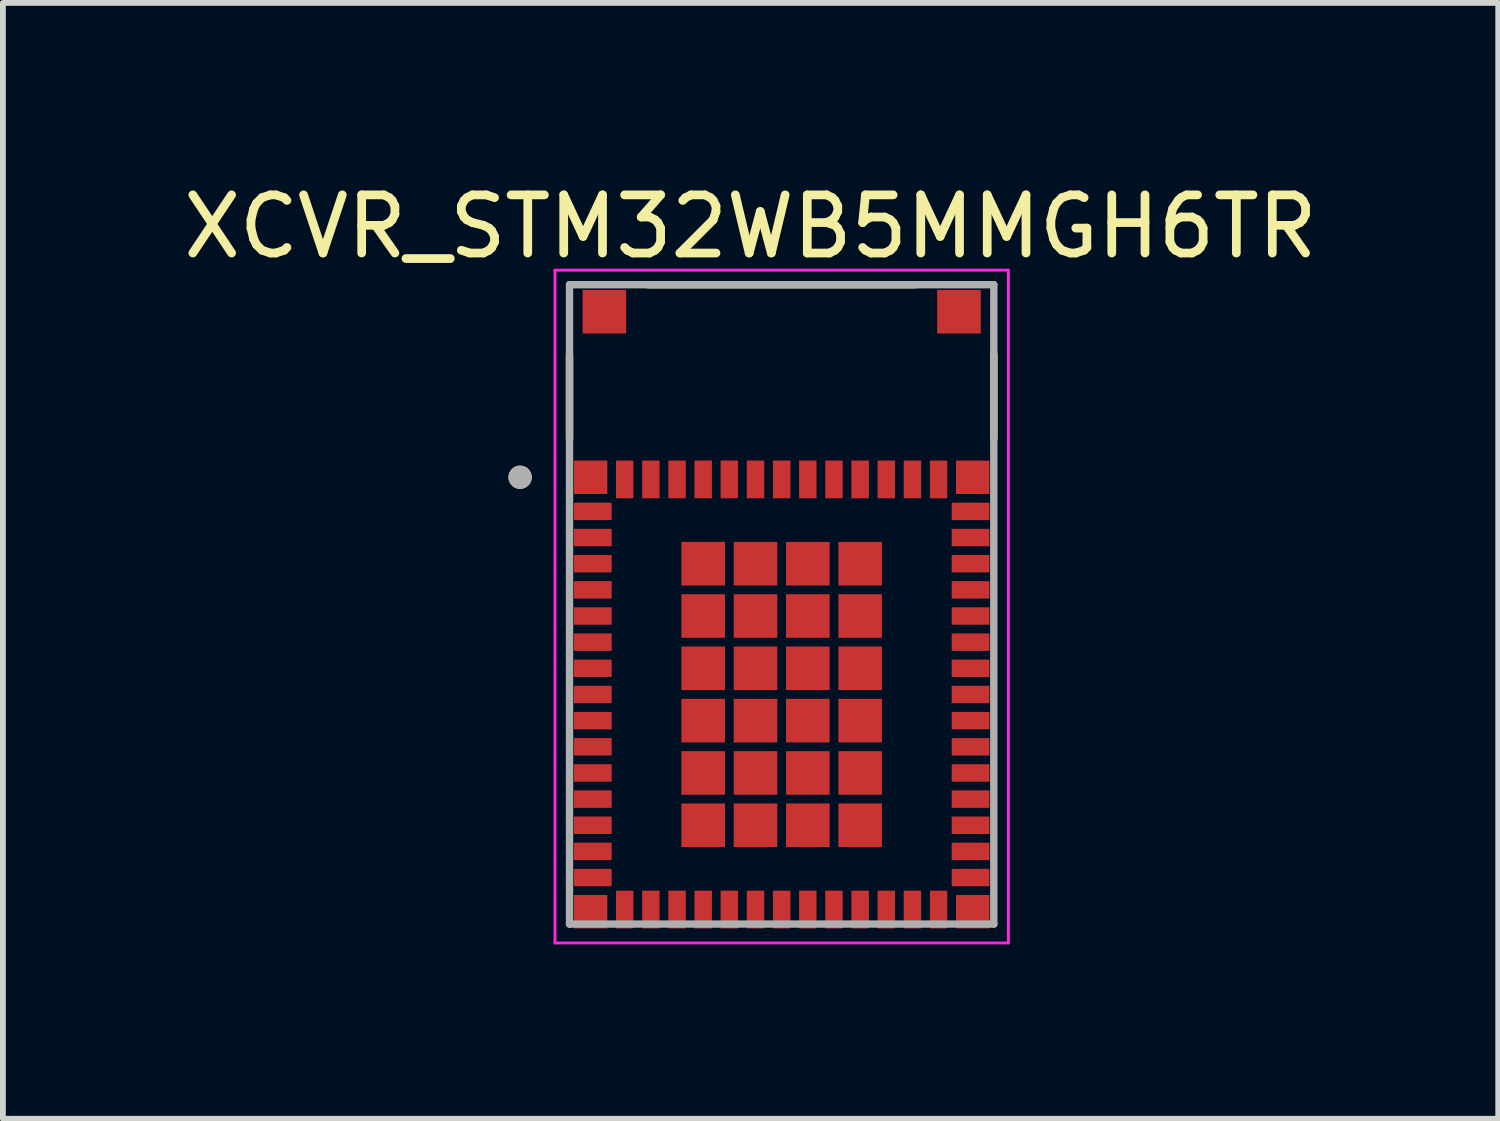
<source format=kicad_pcb>
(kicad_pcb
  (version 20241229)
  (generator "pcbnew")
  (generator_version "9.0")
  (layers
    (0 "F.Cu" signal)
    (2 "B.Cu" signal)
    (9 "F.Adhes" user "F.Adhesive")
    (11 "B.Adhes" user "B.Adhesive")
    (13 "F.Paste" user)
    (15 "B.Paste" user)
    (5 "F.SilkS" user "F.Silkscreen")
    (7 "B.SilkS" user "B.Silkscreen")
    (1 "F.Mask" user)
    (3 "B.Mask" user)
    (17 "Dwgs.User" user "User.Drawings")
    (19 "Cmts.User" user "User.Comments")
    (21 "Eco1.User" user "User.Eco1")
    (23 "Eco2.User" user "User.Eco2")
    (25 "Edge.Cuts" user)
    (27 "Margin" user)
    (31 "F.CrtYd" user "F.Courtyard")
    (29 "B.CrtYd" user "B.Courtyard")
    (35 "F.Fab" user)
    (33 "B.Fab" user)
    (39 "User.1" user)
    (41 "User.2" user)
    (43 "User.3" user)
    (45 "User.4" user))
  (footprint "XCVR_STM32WB5MMGH6TR"
    (layer "F.Cu")
    (at 10.398 7.348)
    (property "Reference" "XCVR_STM32WB5MMGH6TR" (at -0.535 -6.5 0) (layer "F.SilkS") (effects (font (size 1 1) (thickness 0.15))))
    (attr through_hole)
    (fp_poly (pts (xy -3.625 -1.35) (xy -2.875 -1.35) (xy -2.875 -0.95) (xy -3.625 -0.95)) (stroke (width 0.01) (type solid)) (fill yes) (layer "F.Mask"))
    (fp_poly (pts (xy -3.625 -0.9) (xy -2.875 -0.9) (xy -2.875 -0.5) (xy -3.625 -0.5)) (stroke (width 0.01) (type solid)) (fill yes) (layer "F.Mask"))
    (fp_poly (pts (xy -3.625 -0.45) (xy -2.875 -0.45) (xy -2.875 -0.05) (xy -3.625 -0.05)) (stroke (width 0.01) (type solid)) (fill yes) (layer "F.Mask"))
    (fp_poly (pts (xy -3.625 0) (xy -2.875 0) (xy -2.875 0.4) (xy -3.625 0.4)) (stroke (width 0.01) (type solid)) (fill yes) (layer "F.Mask"))
    (fp_poly (pts (xy -3.625 0.45) (xy -2.875 0.45) (xy -2.875 0.85) (xy -3.625 0.85)) (stroke (width 0.01) (type solid)) (fill yes) (layer "F.Mask"))
    (fp_poly (pts (xy -3.625 0.9) (xy -2.875 0.9) (xy -2.875 1.3) (xy -3.625 1.3)) (stroke (width 0.01) (type solid)) (fill yes) (layer "F.Mask"))
    (fp_poly (pts (xy -3.625 1.35) (xy -2.875 1.35) (xy -2.875 1.75) (xy -3.625 1.75)) (stroke (width 0.01) (type solid)) (fill yes) (layer "F.Mask"))
    (fp_poly (pts (xy -3.625 1.8) (xy -2.875 1.8) (xy -2.875 2.2) (xy -3.625 2.2)) (stroke (width 0.01) (type solid)) (fill yes) (layer "F.Mask"))
    (fp_poly (pts (xy -3.625 2.25) (xy -2.875 2.25) (xy -2.875 2.65) (xy -3.625 2.65)) (stroke (width 0.01) (type solid)) (fill yes) (layer "F.Mask"))
    (fp_poly (pts (xy -3.625 2.7) (xy -2.875 2.7) (xy -2.875 3.1) (xy -3.625 3.1)) (stroke (width 0.01) (type solid)) (fill yes) (layer "F.Mask"))
    (fp_poly (pts (xy -3.625 3.15) (xy -2.875 3.15) (xy -2.875 3.55) (xy -3.625 3.55)) (stroke (width 0.01) (type solid)) (fill yes) (layer "F.Mask"))
    (fp_poly (pts (xy -3.625 3.6) (xy -2.875 3.6) (xy -2.875 4) (xy -3.625 4)) (stroke (width 0.01) (type solid)) (fill yes) (layer "F.Mask"))
    (fp_poly (pts (xy -3.625 4.05) (xy -2.875 4.05) (xy -2.875 4.45) (xy -3.625 4.45)) (stroke (width 0.01) (type solid)) (fill yes) (layer "F.Mask"))
    (fp_poly (pts (xy -3.624 -2.525) (xy -2.95 -2.525) (xy -2.95 -1.849) (xy -3.624 -1.849)) (stroke (width 0.01) (type solid)) (fill yes) (layer "F.Mask"))
    (fp_poly (pts (xy -3.624 4.949) (xy -2.95 4.949) (xy -2.95 5.625) (xy -3.624 5.625)) (stroke (width 0.01) (type solid)) (fill yes) (layer "F.Mask"))
    (fp_poly (pts (xy -2.45 -2.525) (xy -2.05 -2.525) (xy -2.05 -1.775) (xy -2.45 -1.775)) (stroke (width 0.01) (type solid)) (fill yes) (layer "F.Mask"))
    (fp_poly (pts (xy -2.45 4.875) (xy -2.05 4.875) (xy -2.05 5.625) (xy -2.45 5.625)) (stroke (width 0.01) (type solid)) (fill yes) (layer "F.Mask"))
    (fp_poly (pts (xy -2 -2.525) (xy -1.6 -2.525) (xy -1.6 -1.775) (xy -2 -1.775)) (stroke (width 0.01) (type solid)) (fill yes) (layer "F.Mask"))
    (fp_poly (pts (xy -2 4.875) (xy -1.6 4.875) (xy -1.6 5.625) (xy -2 5.625)) (stroke (width 0.01) (type solid)) (fill yes) (layer "F.Mask"))
    (fp_poly (pts (xy -1.775 -1.125) (xy -0.925 -1.125) (xy -0.925 -0.275) (xy -1.775 -0.275)) (stroke (width 0.01) (type solid)) (fill yes) (layer "F.Mask"))
    (fp_poly (pts (xy -1.775 -0.225) (xy -0.925 -0.225) (xy -0.925 0.625) (xy -1.775 0.625)) (stroke (width 0.01) (type solid)) (fill yes) (layer "F.Mask"))
    (fp_poly (pts (xy -1.775 0.675) (xy -0.925 0.675) (xy -0.925 1.525) (xy -1.775 1.525)) (stroke (width 0.01) (type solid)) (fill yes) (layer "F.Mask"))
    (fp_poly (pts (xy -1.775 1.575) (xy -0.925 1.575) (xy -0.925 2.425) (xy -1.775 2.425)) (stroke (width 0.01) (type solid)) (fill yes) (layer "F.Mask"))
    (fp_poly (pts (xy -1.775 2.475) (xy -0.925 2.475) (xy -0.925 3.325) (xy -1.775 3.325)) (stroke (width 0.01) (type solid)) (fill yes) (layer "F.Mask"))
    (fp_poly (pts (xy -1.775 3.375) (xy -0.925 3.375) (xy -0.925 4.225) (xy -1.775 4.225)) (stroke (width 0.01) (type solid)) (fill yes) (layer "F.Mask"))
    (fp_poly (pts (xy -1.55 -2.525) (xy -1.15 -2.525) (xy -1.15 -1.775) (xy -1.55 -1.775)) (stroke (width 0.01) (type solid)) (fill yes) (layer "F.Mask"))
    (fp_poly (pts (xy -1.55 4.875) (xy -1.15 4.875) (xy -1.15 5.625) (xy -1.55 5.625)) (stroke (width 0.01) (type solid)) (fill yes) (layer "F.Mask"))
    (fp_poly (pts (xy -1.1 -2.525) (xy -0.7 -2.525) (xy -0.7 -1.775) (xy -1.1 -1.775)) (stroke (width 0.01) (type solid)) (fill yes) (layer "F.Mask"))
    (fp_poly (pts (xy -1.1 4.875) (xy -0.7 4.875) (xy -0.7 5.625) (xy -1.1 5.625)) (stroke (width 0.01) (type solid)) (fill yes) (layer "F.Mask"))
    (fp_poly (pts (xy -0.875 -1.125) (xy -0.025 -1.125) (xy -0.025 -0.275) (xy -0.875 -0.275)) (stroke (width 0.01) (type solid)) (fill yes) (layer "F.Mask"))
    (fp_poly (pts (xy -0.875 -0.225) (xy -0.025 -0.225) (xy -0.025 0.625) (xy -0.875 0.625)) (stroke (width 0.01) (type solid)) (fill yes) (layer "F.Mask"))
    (fp_poly (pts (xy -0.875 0.675) (xy -0.025 0.675) (xy -0.025 1.525) (xy -0.875 1.525)) (stroke (width 0.01) (type solid)) (fill yes) (layer "F.Mask"))
    (fp_poly (pts (xy -0.875 1.575) (xy -0.025 1.575) (xy -0.025 2.425) (xy -0.875 2.425)) (stroke (width 0.01) (type solid)) (fill yes) (layer "F.Mask"))
    (fp_poly (pts (xy -0.875 2.475) (xy -0.025 2.475) (xy -0.025 3.325) (xy -0.875 3.325)) (stroke (width 0.01) (type solid)) (fill yes) (layer "F.Mask"))
    (fp_poly (pts (xy -0.875 3.375) (xy -0.025 3.375) (xy -0.025 4.225) (xy -0.875 4.225)) (stroke (width 0.01) (type solid)) (fill yes) (layer "F.Mask"))
    (fp_poly (pts (xy -0.65 -2.525) (xy -0.25 -2.525) (xy -0.25 -1.775) (xy -0.65 -1.775)) (stroke (width 0.01) (type solid)) (fill yes) (layer "F.Mask"))
    (fp_poly (pts (xy -0.65 4.875) (xy -0.25 4.875) (xy -0.25 5.625) (xy -0.65 5.625)) (stroke (width 0.01) (type solid)) (fill yes) (layer "F.Mask"))
    (fp_poly (pts (xy -0.2 -2.525) (xy 0.2 -2.525) (xy 0.2 -1.775) (xy -0.2 -1.775)) (stroke (width 0.01) (type solid)) (fill yes) (layer "F.Mask"))
    (fp_poly (pts (xy -0.2 4.875) (xy 0.2 4.875) (xy 0.2 5.625) (xy -0.2 5.625)) (stroke (width 0.01) (type solid)) (fill yes) (layer "F.Mask"))
    (fp_poly (pts (xy 0.025 -1.125) (xy 0.875 -1.125) (xy 0.875 -0.275) (xy 0.025 -0.275)) (stroke (width 0.01) (type solid)) (fill yes) (layer "F.Mask"))
    (fp_poly (pts (xy 0.025 -0.225) (xy 0.875 -0.225) (xy 0.875 0.625) (xy 0.025 0.625)) (stroke (width 0.01) (type solid)) (fill yes) (layer "F.Mask"))
    (fp_poly (pts (xy 0.025 0.675) (xy 0.875 0.675) (xy 0.875 1.525) (xy 0.025 1.525)) (stroke (width 0.01) (type solid)) (fill yes) (layer "F.Mask"))
    (fp_poly (pts (xy 0.025 1.575) (xy 0.875 1.575) (xy 0.875 2.425) (xy 0.025 2.425)) (stroke (width 0.01) (type solid)) (fill yes) (layer "F.Mask"))
    (fp_poly (pts (xy 0.025 2.475) (xy 0.875 2.475) (xy 0.875 3.325) (xy 0.025 3.325)) (stroke (width 0.01) (type solid)) (fill yes) (layer "F.Mask"))
    (fp_poly (pts (xy 0.025 3.375) (xy 0.875 3.375) (xy 0.875 4.225) (xy 0.025 4.225)) (stroke (width 0.01) (type solid)) (fill yes) (layer "F.Mask"))
    (fp_poly (pts (xy 0.25 -2.525) (xy 0.65 -2.525) (xy 0.65 -1.775) (xy 0.25 -1.775)) (stroke (width 0.01) (type solid)) (fill yes) (layer "F.Mask"))
    (fp_poly (pts (xy 0.25 4.875) (xy 0.65 4.875) (xy 0.65 5.625) (xy 0.25 5.625)) (stroke (width 0.01) (type solid)) (fill yes) (layer "F.Mask"))
    (fp_poly (pts (xy 0.7 -2.525) (xy 1.1 -2.525) (xy 1.1 -1.775) (xy 0.7 -1.775)) (stroke (width 0.01) (type solid)) (fill yes) (layer "F.Mask"))
    (fp_poly (pts (xy 0.7 4.875) (xy 1.1 4.875) (xy 1.1 5.625) (xy 0.7 5.625)) (stroke (width 0.01) (type solid)) (fill yes) (layer "F.Mask"))
    (fp_poly (pts (xy 0.925 -1.125) (xy 1.775 -1.125) (xy 1.775 -0.275) (xy 0.925 -0.275)) (stroke (width 0.01) (type solid)) (fill yes) (layer "F.Mask"))
    (fp_poly (pts (xy 0.925 -0.225) (xy 1.775 -0.225) (xy 1.775 0.625) (xy 0.925 0.625)) (stroke (width 0.01) (type solid)) (fill yes) (layer "F.Mask"))
    (fp_poly (pts (xy 0.925 0.675) (xy 1.775 0.675) (xy 1.775 1.525) (xy 0.925 1.525)) (stroke (width 0.01) (type solid)) (fill yes) (layer "F.Mask"))
    (fp_poly (pts (xy 0.925 1.575) (xy 1.775 1.575) (xy 1.775 2.425) (xy 0.925 2.425)) (stroke (width 0.01) (type solid)) (fill yes) (layer "F.Mask"))
    (fp_poly (pts (xy 0.925 2.475) (xy 1.775 2.475) (xy 1.775 3.325) (xy 0.925 3.325)) (stroke (width 0.01) (type solid)) (fill yes) (layer "F.Mask"))
    (fp_poly (pts (xy 0.925 3.375) (xy 1.775 3.375) (xy 1.775 4.225) (xy 0.925 4.225)) (stroke (width 0.01) (type solid)) (fill yes) (layer "F.Mask"))
    (fp_poly (pts (xy 1.15 -2.525) (xy 1.55 -2.525) (xy 1.55 -1.775) (xy 1.15 -1.775)) (stroke (width 0.01) (type solid)) (fill yes) (layer "F.Mask"))
    (fp_poly (pts (xy 1.15 4.875) (xy 1.55 4.875) (xy 1.55 5.625) (xy 1.15 5.625)) (stroke (width 0.01) (type solid)) (fill yes) (layer "F.Mask"))
    (fp_poly (pts (xy 1.6 -2.525) (xy 2 -2.525) (xy 2 -1.775) (xy 1.6 -1.775)) (stroke (width 0.01) (type solid)) (fill yes) (layer "F.Mask"))
    (fp_poly (pts (xy 1.6 4.875) (xy 2 4.875) (xy 2 5.625) (xy 1.6 5.625)) (stroke (width 0.01) (type solid)) (fill yes) (layer "F.Mask"))
    (fp_poly (pts (xy 2.05 -2.525) (xy 2.45 -2.525) (xy 2.45 -1.775) (xy 2.05 -1.775)) (stroke (width 0.01) (type solid)) (fill yes) (layer "F.Mask"))
    (fp_poly (pts (xy 2.05 4.875) (xy 2.45 4.875) (xy 2.45 5.625) (xy 2.05 5.625)) (stroke (width 0.01) (type solid)) (fill yes) (layer "F.Mask"))
    (fp_poly (pts (xy 2.875 -1.35) (xy 3.625 -1.35) (xy 3.625 -0.95) (xy 2.875 -0.95)) (stroke (width 0.01) (type solid)) (fill yes) (layer "F.Mask"))
    (fp_poly (pts (xy 2.875 -0.9) (xy 3.625 -0.9) (xy 3.625 -0.5) (xy 2.875 -0.5)) (stroke (width 0.01) (type solid)) (fill yes) (layer "F.Mask"))
    (fp_poly (pts (xy 2.875 -0.45) (xy 3.625 -0.45) (xy 3.625 -0.05) (xy 2.875 -0.05)) (stroke (width 0.01) (type solid)) (fill yes) (layer "F.Mask"))
    (fp_poly (pts (xy 2.875 0) (xy 3.625 0) (xy 3.625 0.4) (xy 2.875 0.4)) (stroke (width 0.01) (type solid)) (fill yes) (layer "F.Mask"))
    (fp_poly (pts (xy 2.875 0.45) (xy 3.625 0.45) (xy 3.625 0.85) (xy 2.875 0.85)) (stroke (width 0.01) (type solid)) (fill yes) (layer "F.Mask"))
    (fp_poly (pts (xy 2.875 0.9) (xy 3.625 0.9) (xy 3.625 1.3) (xy 2.875 1.3)) (stroke (width 0.01) (type solid)) (fill yes) (layer "F.Mask"))
    (fp_poly (pts (xy 2.875 1.35) (xy 3.625 1.35) (xy 3.625 1.75) (xy 2.875 1.75)) (stroke (width 0.01) (type solid)) (fill yes) (layer "F.Mask"))
    (fp_poly (pts (xy 2.875 1.8) (xy 3.625 1.8) (xy 3.625 2.2) (xy 2.875 2.2)) (stroke (width 0.01) (type solid)) (fill yes) (layer "F.Mask"))
    (fp_poly (pts (xy 2.875 2.25) (xy 3.625 2.25) (xy 3.625 2.65) (xy 2.875 2.65)) (stroke (width 0.01) (type solid)) (fill yes) (layer "F.Mask"))
    (fp_poly (pts (xy 2.875 2.7) (xy 3.625 2.7) (xy 3.625 3.1) (xy 2.875 3.1)) (stroke (width 0.01) (type solid)) (fill yes) (layer "F.Mask"))
    (fp_poly (pts (xy 2.875 3.15) (xy 3.625 3.15) (xy 3.625 3.55) (xy 2.875 3.55)) (stroke (width 0.01) (type solid)) (fill yes) (layer "F.Mask"))
    (fp_poly (pts (xy 2.875 3.6) (xy 3.625 3.6) (xy 3.625 4) (xy 2.875 4)) (stroke (width 0.01) (type solid)) (fill yes) (layer "F.Mask"))
    (fp_poly (pts (xy 2.875 4.05) (xy 3.625 4.05) (xy 3.625 4.45) (xy 2.875 4.45)) (stroke (width 0.01) (type solid)) (fill yes) (layer "F.Mask"))
    (fp_poly (pts (xy 2.95 -2.525) (xy 3.624 -2.525) (xy 3.624 -1.849) (xy 2.95 -1.849)) (stroke (width 0.01) (type solid)) (fill yes) (layer "F.Mask"))
    (fp_poly (pts (xy 2.95 4.949) (xy 3.624 4.949) (xy 3.624 5.625) (xy 2.95 5.625)) (stroke (width 0.01) (type solid)) (fill yes) (layer "F.Mask"))
    (fp_poly (pts (xy -3.625 -1.5) (xy -3.625 -1.7) (xy -3.625 -1.705) (xy -3.624 -1.71) (xy -3.624 -1.716) (xy -3.623 -1.721) (xy -3.622 -1.726) (xy -3.62 -1.731) (xy -3.618 -1.736) (xy -3.616 -1.741) (xy -3.614 -1.745) (xy -3.612 -1.75) (xy -3.609 -1.754) (xy -3.606 -1.759) (xy -3.603 -1.763) (xy -3.599 -1.767) (xy -3.596 -1.771) (xy -3.592 -1.774) (xy -3.588 -1.778) (xy -3.584 -1.781) (xy -3.579 -1.784) (xy -3.575 -1.787) (xy -3.57 -1.789) (xy -3.566 -1.791) (xy -3.561 -1.793) (xy -3.556 -1.795) (xy -3.551 -1.797) (xy -3.546 -1.798) (xy -3.541 -1.799) (xy -3.535 -1.799) (xy -3.53 -1.8) (xy -3.525 -1.8) (xy -2.975 -1.8) (xy -2.97 -1.8) (xy -2.965 -1.799) (xy -2.959 -1.799) (xy -2.954 -1.798) (xy -2.949 -1.797) (xy -2.944 -1.795) (xy -2.939 -1.793) (xy -2.934 -1.791) (xy -2.93 -1.789) (xy -2.925 -1.787) (xy -2.921 -1.784) (xy -2.916 -1.781) (xy -2.912 -1.778) (xy -2.908 -1.774) (xy -2.904 -1.771) (xy -2.901 -1.767) (xy -2.897 -1.763) (xy -2.894 -1.759) (xy -2.891 -1.754) (xy -2.888 -1.75) (xy -2.886 -1.745) (xy -2.884 -1.741) (xy -2.882 -1.736) (xy -2.88 -1.731) (xy -2.878 -1.726) (xy -2.877 -1.721) (xy -2.876 -1.716) (xy -2.876 -1.71) (xy -2.875 -1.705) (xy -2.875 -1.7) (xy -2.875 -1.5) (xy -2.875 -1.495) (xy -2.876 -1.49) (xy -2.876 -1.484) (xy -2.877 -1.479) (xy -2.878 -1.474) (xy -2.88 -1.469) (xy -2.882 -1.464) (xy -2.884 -1.459) (xy -2.886 -1.455) (xy -2.888 -1.45) (xy -2.891 -1.446) (xy -2.894 -1.441) (xy -2.897 -1.437) (xy -2.901 -1.433) (xy -2.904 -1.429) (xy -2.908 -1.426) (xy -2.912 -1.422) (xy -2.916 -1.419) (xy -2.921 -1.416) (xy -2.925 -1.413) (xy -2.93 -1.411) (xy -2.934 -1.409) (xy -2.939 -1.407) (xy -2.944 -1.405) (xy -2.949 -1.403) (xy -2.954 -1.402) (xy -2.959 -1.401) (xy -2.965 -1.401) (xy -2.97 -1.4) (xy -2.975 -1.4) (xy -3.525 -1.4) (xy -3.53 -1.4) (xy -3.535 -1.401) (xy -3.541 -1.401) (xy -3.546 -1.402) (xy -3.551 -1.403) (xy -3.556 -1.405) (xy -3.561 -1.407) (xy -3.566 -1.409) (xy -3.57 -1.411) (xy -3.575 -1.413) (xy -3.579 -1.416) (xy -3.584 -1.419) (xy -3.588 -1.422) (xy -3.592 -1.426) (xy -3.596 -1.429) (xy -3.599 -1.433) (xy -3.603 -1.437) (xy -3.606 -1.441) (xy -3.609 -1.446) (xy -3.612 -1.45) (xy -3.614 -1.455) (xy -3.616 -1.459) (xy -3.618 -1.464) (xy -3.62 -1.469) (xy -3.622 -1.474) (xy -3.623 -1.479) (xy -3.624 -1.484) (xy -3.624 -1.49) (xy -3.625 -1.495) (xy -3.625 -1.5)) (stroke (width 0.01) (type solid)) (fill yes) (layer "F.Mask"))
    (fp_poly (pts (xy -3.625 4.8) (xy -3.625 4.6) (xy -3.625 4.595) (xy -3.624 4.59) (xy -3.624 4.584) (xy -3.623 4.579) (xy -3.622 4.574) (xy -3.62 4.569) (xy -3.618 4.564) (xy -3.616 4.559) (xy -3.614 4.555) (xy -3.612 4.55) (xy -3.609 4.546) (xy -3.606 4.541) (xy -3.603 4.537) (xy -3.599 4.533) (xy -3.596 4.529) (xy -3.592 4.526) (xy -3.588 4.522) (xy -3.584 4.519) (xy -3.579 4.516) (xy -3.575 4.513) (xy -3.57 4.511) (xy -3.566 4.509) (xy -3.561 4.507) (xy -3.556 4.505) (xy -3.551 4.503) (xy -3.546 4.502) (xy -3.541 4.501) (xy -3.535 4.501) (xy -3.53 4.5) (xy -3.525 4.5) (xy -2.975 4.5) (xy -2.97 4.5) (xy -2.965 4.501) (xy -2.959 4.501) (xy -2.954 4.502) (xy -2.949 4.503) (xy -2.944 4.505) (xy -2.939 4.507) (xy -2.934 4.509) (xy -2.93 4.511) (xy -2.925 4.513) (xy -2.921 4.516) (xy -2.916 4.519) (xy -2.912 4.522) (xy -2.908 4.526) (xy -2.904 4.529) (xy -2.901 4.533) (xy -2.897 4.537) (xy -2.894 4.541) (xy -2.891 4.546) (xy -2.888 4.55) (xy -2.886 4.555) (xy -2.884 4.559) (xy -2.882 4.564) (xy -2.88 4.569) (xy -2.878 4.574) (xy -2.877 4.579) (xy -2.876 4.584) (xy -2.876 4.59) (xy -2.875 4.595) (xy -2.875 4.6) (xy -2.875 4.8) (xy -2.875 4.805) (xy -2.876 4.81) (xy -2.876 4.816) (xy -2.877 4.821) (xy -2.878 4.826) (xy -2.88 4.831) (xy -2.882 4.836) (xy -2.884 4.841) (xy -2.886 4.845) (xy -2.888 4.85) (xy -2.891 4.854) (xy -2.894 4.859) (xy -2.897 4.863) (xy -2.901 4.867) (xy -2.904 4.871) (xy -2.908 4.874) (xy -2.912 4.878) (xy -2.916 4.881) (xy -2.921 4.884) (xy -2.925 4.887) (xy -2.93 4.889) (xy -2.934 4.891) (xy -2.939 4.893) (xy -2.944 4.895) (xy -2.949 4.897) (xy -2.954 4.898) (xy -2.959 4.899) (xy -2.965 4.899) (xy -2.97 4.9) (xy -2.975 4.9) (xy -3.525 4.9) (xy -3.53 4.9) (xy -3.535 4.899) (xy -3.541 4.899) (xy -3.546 4.898) (xy -3.551 4.897) (xy -3.556 4.895) (xy -3.561 4.893) (xy -3.566 4.891) (xy -3.57 4.889) (xy -3.575 4.887) (xy -3.579 4.884) (xy -3.584 4.881) (xy -3.588 4.878) (xy -3.592 4.874) (xy -3.596 4.871) (xy -3.599 4.867) (xy -3.603 4.863) (xy -3.606 4.859) (xy -3.609 4.854) (xy -3.612 4.85) (xy -3.614 4.845) (xy -3.616 4.841) (xy -3.618 4.836) (xy -3.62 4.831) (xy -3.622 4.826) (xy -3.623 4.821) (xy -3.624 4.816) (xy -3.624 4.81) (xy -3.625 4.805) (xy -3.625 4.8)) (stroke (width 0.01) (type solid)) (fill yes) (layer "F.Mask"))
    (fp_poly (pts (xy -2.6 -1.775) (xy -2.8 -1.775) (xy -2.805 -1.775) (xy -2.81 -1.776) (xy -2.816 -1.776) (xy -2.821 -1.777) (xy -2.826 -1.778) (xy -2.831 -1.78) (xy -2.836 -1.782) (xy -2.841 -1.784) (xy -2.845 -1.786) (xy -2.85 -1.788) (xy -2.854 -1.791) (xy -2.859 -1.794) (xy -2.863 -1.797) (xy -2.867 -1.801) (xy -2.871 -1.804) (xy -2.874 -1.808) (xy -2.878 -1.812) (xy -2.881 -1.816) (xy -2.884 -1.821) (xy -2.887 -1.825) (xy -2.889 -1.83) (xy -2.891 -1.834) (xy -2.893 -1.839) (xy -2.895 -1.844) (xy -2.897 -1.849) (xy -2.898 -1.854) (xy -2.899 -1.859) (xy -2.899 -1.865) (xy -2.9 -1.87) (xy -2.9 -1.875) (xy -2.9 -2.425) (xy -2.9 -2.43) (xy -2.899 -2.435) (xy -2.899 -2.441) (xy -2.898 -2.446) (xy -2.897 -2.451) (xy -2.895 -2.456) (xy -2.893 -2.461) (xy -2.891 -2.466) (xy -2.889 -2.47) (xy -2.887 -2.475) (xy -2.884 -2.479) (xy -2.881 -2.484) (xy -2.878 -2.488) (xy -2.874 -2.492) (xy -2.871 -2.496) (xy -2.867 -2.499) (xy -2.863 -2.503) (xy -2.859 -2.506) (xy -2.854 -2.509) (xy -2.85 -2.512) (xy -2.845 -2.514) (xy -2.841 -2.516) (xy -2.836 -2.518) (xy -2.831 -2.52) (xy -2.826 -2.522) (xy -2.821 -2.523) (xy -2.816 -2.524) (xy -2.81 -2.524) (xy -2.805 -2.525) (xy -2.8 -2.525) (xy -2.6 -2.525) (xy -2.595 -2.525) (xy -2.59 -2.524) (xy -2.584 -2.524) (xy -2.579 -2.523) (xy -2.574 -2.522) (xy -2.569 -2.52) (xy -2.564 -2.518) (xy -2.559 -2.516) (xy -2.555 -2.514) (xy -2.55 -2.512) (xy -2.546 -2.509) (xy -2.541 -2.506) (xy -2.537 -2.503) (xy -2.533 -2.499) (xy -2.529 -2.496) (xy -2.526 -2.492) (xy -2.522 -2.488) (xy -2.519 -2.484) (xy -2.516 -2.479) (xy -2.513 -2.475) (xy -2.511 -2.47) (xy -2.509 -2.466) (xy -2.507 -2.461) (xy -2.505 -2.456) (xy -2.503 -2.451) (xy -2.502 -2.446) (xy -2.501 -2.441) (xy -2.501 -2.435) (xy -2.5 -2.43) (xy -2.5 -2.425) (xy -2.5 -1.875) (xy -2.5 -1.87) (xy -2.501 -1.865) (xy -2.501 -1.859) (xy -2.502 -1.854) (xy -2.503 -1.849) (xy -2.505 -1.844) (xy -2.507 -1.839) (xy -2.509 -1.834) (xy -2.511 -1.83) (xy -2.513 -1.825) (xy -2.516 -1.821) (xy -2.519 -1.816) (xy -2.522 -1.812) (xy -2.526 -1.808) (xy -2.529 -1.804) (xy -2.533 -1.801) (xy -2.537 -1.797) (xy -2.541 -1.794) (xy -2.546 -1.791) (xy -2.55 -1.788) (xy -2.555 -1.786) (xy -2.559 -1.784) (xy -2.564 -1.782) (xy -2.569 -1.78) (xy -2.574 -1.778) (xy -2.579 -1.777) (xy -2.584 -1.776) (xy -2.59 -1.776) (xy -2.595 -1.775) (xy -2.6 -1.775)) (stroke (width 0.01) (type solid)) (fill yes) (layer "F.Mask"))
    (fp_poly (pts (xy -2.6 5.625) (xy -2.8 5.625) (xy -2.805 5.625) (xy -2.81 5.624) (xy -2.816 5.624) (xy -2.821 5.623) (xy -2.826 5.622) (xy -2.831 5.62) (xy -2.836 5.618) (xy -2.841 5.616) (xy -2.845 5.614) (xy -2.85 5.612) (xy -2.854 5.609) (xy -2.859 5.606) (xy -2.863 5.603) (xy -2.867 5.599) (xy -2.871 5.596) (xy -2.874 5.592) (xy -2.878 5.588) (xy -2.881 5.584) (xy -2.884 5.579) (xy -2.887 5.575) (xy -2.889 5.57) (xy -2.891 5.566) (xy -2.893 5.561) (xy -2.895 5.556) (xy -2.897 5.551) (xy -2.898 5.546) (xy -2.899 5.541) (xy -2.899 5.535) (xy -2.9 5.53) (xy -2.9 5.525) (xy -2.9 4.975) (xy -2.9 4.97) (xy -2.899 4.965) (xy -2.899 4.959) (xy -2.898 4.954) (xy -2.897 4.949) (xy -2.895 4.944) (xy -2.893 4.939) (xy -2.891 4.934) (xy -2.889 4.93) (xy -2.887 4.925) (xy -2.884 4.921) (xy -2.881 4.916) (xy -2.878 4.912) (xy -2.874 4.908) (xy -2.871 4.904) (xy -2.867 4.901) (xy -2.863 4.897) (xy -2.859 4.894) (xy -2.854 4.891) (xy -2.85 4.888) (xy -2.845 4.886) (xy -2.841 4.884) (xy -2.836 4.882) (xy -2.831 4.88) (xy -2.826 4.878) (xy -2.821 4.877) (xy -2.816 4.876) (xy -2.81 4.876) (xy -2.805 4.875) (xy -2.8 4.875) (xy -2.6 4.875) (xy -2.595 4.875) (xy -2.59 4.876) (xy -2.584 4.876) (xy -2.579 4.877) (xy -2.574 4.878) (xy -2.569 4.88) (xy -2.564 4.882) (xy -2.559 4.884) (xy -2.555 4.886) (xy -2.55 4.888) (xy -2.546 4.891) (xy -2.541 4.894) (xy -2.537 4.897) (xy -2.533 4.901) (xy -2.529 4.904) (xy -2.526 4.908) (xy -2.522 4.912) (xy -2.519 4.916) (xy -2.516 4.921) (xy -2.513 4.925) (xy -2.511 4.93) (xy -2.509 4.934) (xy -2.507 4.939) (xy -2.505 4.944) (xy -2.503 4.949) (xy -2.502 4.954) (xy -2.501 4.959) (xy -2.501 4.965) (xy -2.5 4.97) (xy -2.5 4.975) (xy -2.5 5.525) (xy -2.5 5.53) (xy -2.501 5.535) (xy -2.501 5.541) (xy -2.502 5.546) (xy -2.503 5.551) (xy -2.505 5.556) (xy -2.507 5.561) (xy -2.509 5.566) (xy -2.511 5.57) (xy -2.513 5.575) (xy -2.516 5.579) (xy -2.519 5.584) (xy -2.522 5.588) (xy -2.526 5.592) (xy -2.529 5.596) (xy -2.533 5.599) (xy -2.537 5.603) (xy -2.541 5.606) (xy -2.546 5.609) (xy -2.55 5.612) (xy -2.555 5.614) (xy -2.559 5.616) (xy -2.564 5.618) (xy -2.569 5.62) (xy -2.574 5.622) (xy -2.579 5.623) (xy -2.584 5.624) (xy -2.59 5.624) (xy -2.595 5.625) (xy -2.6 5.625)) (stroke (width 0.01) (type solid)) (fill yes) (layer "F.Mask"))
    (fp_poly (pts (xy 2.8 -1.775) (xy 2.6 -1.775) (xy 2.595 -1.775) (xy 2.59 -1.776) (xy 2.584 -1.776) (xy 2.579 -1.777) (xy 2.574 -1.778) (xy 2.569 -1.78) (xy 2.564 -1.782) (xy 2.559 -1.784) (xy 2.555 -1.786) (xy 2.55 -1.788) (xy 2.546 -1.791) (xy 2.541 -1.794) (xy 2.537 -1.797) (xy 2.533 -1.801) (xy 2.529 -1.804) (xy 2.526 -1.808) (xy 2.522 -1.812) (xy 2.519 -1.816) (xy 2.516 -1.821) (xy 2.513 -1.825) (xy 2.511 -1.83) (xy 2.509 -1.834) (xy 2.507 -1.839) (xy 2.505 -1.844) (xy 2.503 -1.849) (xy 2.502 -1.854) (xy 2.501 -1.859) (xy 2.501 -1.865) (xy 2.5 -1.87) (xy 2.5 -1.875) (xy 2.5 -2.425) (xy 2.5 -2.43) (xy 2.501 -2.435) (xy 2.501 -2.441) (xy 2.502 -2.446) (xy 2.503 -2.451) (xy 2.505 -2.456) (xy 2.507 -2.461) (xy 2.509 -2.466) (xy 2.511 -2.47) (xy 2.513 -2.475) (xy 2.516 -2.479) (xy 2.519 -2.484) (xy 2.522 -2.488) (xy 2.526 -2.492) (xy 2.529 -2.496) (xy 2.533 -2.499) (xy 2.537 -2.503) (xy 2.541 -2.506) (xy 2.546 -2.509) (xy 2.55 -2.512) (xy 2.555 -2.514) (xy 2.559 -2.516) (xy 2.564 -2.518) (xy 2.569 -2.52) (xy 2.574 -2.522) (xy 2.579 -2.523) (xy 2.584 -2.524) (xy 2.59 -2.524) (xy 2.595 -2.525) (xy 2.6 -2.525) (xy 2.8 -2.525) (xy 2.805 -2.525) (xy 2.81 -2.524) (xy 2.816 -2.524) (xy 2.821 -2.523) (xy 2.826 -2.522) (xy 2.831 -2.52) (xy 2.836 -2.518) (xy 2.841 -2.516) (xy 2.845 -2.514) (xy 2.85 -2.512) (xy 2.854 -2.509) (xy 2.859 -2.506) (xy 2.863 -2.503) (xy 2.867 -2.499) (xy 2.871 -2.496) (xy 2.874 -2.492) (xy 2.878 -2.488) (xy 2.881 -2.484) (xy 2.884 -2.479) (xy 2.887 -2.475) (xy 2.889 -2.47) (xy 2.891 -2.466) (xy 2.893 -2.461) (xy 2.895 -2.456) (xy 2.897 -2.451) (xy 2.898 -2.446) (xy 2.899 -2.441) (xy 2.899 -2.435) (xy 2.9 -2.43) (xy 2.9 -2.425) (xy 2.9 -1.875) (xy 2.9 -1.87) (xy 2.899 -1.865) (xy 2.899 -1.859) (xy 2.898 -1.854) (xy 2.897 -1.849) (xy 2.895 -1.844) (xy 2.893 -1.839) (xy 2.891 -1.834) (xy 2.889 -1.83) (xy 2.887 -1.825) (xy 2.884 -1.821) (xy 2.881 -1.816) (xy 2.878 -1.812) (xy 2.874 -1.808) (xy 2.871 -1.804) (xy 2.867 -1.801) (xy 2.863 -1.797) (xy 2.859 -1.794) (xy 2.854 -1.791) (xy 2.85 -1.788) (xy 2.845 -1.786) (xy 2.841 -1.784) (xy 2.836 -1.782) (xy 2.831 -1.78) (xy 2.826 -1.778) (xy 2.821 -1.777) (xy 2.816 -1.776) (xy 2.81 -1.776) (xy 2.805 -1.775) (xy 2.8 -1.775)) (stroke (width 0.01) (type solid)) (fill yes) (layer "F.Mask"))
    (fp_poly (pts (xy 2.8 5.625) (xy 2.6 5.625) (xy 2.595 5.625) (xy 2.59 5.624) (xy 2.584 5.624) (xy 2.579 5.623) (xy 2.574 5.622) (xy 2.569 5.62) (xy 2.564 5.618) (xy 2.559 5.616) (xy 2.555 5.614) (xy 2.55 5.612) (xy 2.546 5.609) (xy 2.541 5.606) (xy 2.537 5.603) (xy 2.533 5.599) (xy 2.529 5.596) (xy 2.526 5.592) (xy 2.522 5.588) (xy 2.519 5.584) (xy 2.516 5.579) (xy 2.513 5.575) (xy 2.511 5.57) (xy 2.509 5.566) (xy 2.507 5.561) (xy 2.505 5.556) (xy 2.503 5.551) (xy 2.502 5.546) (xy 2.501 5.541) (xy 2.501 5.535) (xy 2.5 5.53) (xy 2.5 5.525) (xy 2.5 4.975) (xy 2.5 4.97) (xy 2.501 4.965) (xy 2.501 4.959) (xy 2.502 4.954) (xy 2.503 4.949) (xy 2.505 4.944) (xy 2.507 4.939) (xy 2.509 4.934) (xy 2.511 4.93) (xy 2.513 4.925) (xy 2.516 4.921) (xy 2.519 4.916) (xy 2.522 4.912) (xy 2.526 4.908) (xy 2.529 4.904) (xy 2.533 4.901) (xy 2.537 4.897) (xy 2.541 4.894) (xy 2.546 4.891) (xy 2.55 4.888) (xy 2.555 4.886) (xy 2.559 4.884) (xy 2.564 4.882) (xy 2.569 4.88) (xy 2.574 4.878) (xy 2.579 4.877) (xy 2.584 4.876) (xy 2.59 4.876) (xy 2.595 4.875) (xy 2.6 4.875) (xy 2.8 4.875) (xy 2.805 4.875) (xy 2.81 4.876) (xy 2.816 4.876) (xy 2.821 4.877) (xy 2.826 4.878) (xy 2.831 4.88) (xy 2.836 4.882) (xy 2.841 4.884) (xy 2.845 4.886) (xy 2.85 4.888) (xy 2.854 4.891) (xy 2.859 4.894) (xy 2.863 4.897) (xy 2.867 4.901) (xy 2.871 4.904) (xy 2.874 4.908) (xy 2.878 4.912) (xy 2.881 4.916) (xy 2.884 4.921) (xy 2.887 4.925) (xy 2.889 4.93) (xy 2.891 4.934) (xy 2.893 4.939) (xy 2.895 4.944) (xy 2.897 4.949) (xy 2.898 4.954) (xy 2.899 4.959) (xy 2.899 4.965) (xy 2.9 4.97) (xy 2.9 4.975) (xy 2.9 5.525) (xy 2.9 5.53) (xy 2.899 5.535) (xy 2.899 5.541) (xy 2.898 5.546) (xy 2.897 5.551) (xy 2.895 5.556) (xy 2.893 5.561) (xy 2.891 5.566) (xy 2.889 5.57) (xy 2.887 5.575) (xy 2.884 5.579) (xy 2.881 5.584) (xy 2.878 5.588) (xy 2.874 5.592) (xy 2.871 5.596) (xy 2.867 5.599) (xy 2.863 5.603) (xy 2.859 5.606) (xy 2.854 5.609) (xy 2.85 5.612) (xy 2.845 5.614) (xy 2.841 5.616) (xy 2.836 5.618) (xy 2.831 5.62) (xy 2.826 5.622) (xy 2.821 5.623) (xy 2.816 5.624) (xy 2.81 5.624) (xy 2.805 5.625) (xy 2.8 5.625)) (stroke (width 0.01) (type solid)) (fill yes) (layer "F.Mask"))
    (fp_poly (pts (xy 2.875 -1.5) (xy 2.875 -1.7) (xy 2.875 -1.705) (xy 2.876 -1.71) (xy 2.876 -1.716) (xy 2.877 -1.721) (xy 2.878 -1.726) (xy 2.88 -1.731) (xy 2.882 -1.736) (xy 2.884 -1.741) (xy 2.886 -1.745) (xy 2.888 -1.75) (xy 2.891 -1.754) (xy 2.894 -1.759) (xy 2.897 -1.763) (xy 2.901 -1.767) (xy 2.904 -1.771) (xy 2.908 -1.774) (xy 2.912 -1.778) (xy 2.916 -1.781) (xy 2.921 -1.784) (xy 2.925 -1.787) (xy 2.93 -1.789) (xy 2.934 -1.791) (xy 2.939 -1.793) (xy 2.944 -1.795) (xy 2.949 -1.797) (xy 2.954 -1.798) (xy 2.959 -1.799) (xy 2.965 -1.799) (xy 2.97 -1.8) (xy 2.975 -1.8) (xy 3.525 -1.8) (xy 3.53 -1.8) (xy 3.535 -1.799) (xy 3.541 -1.799) (xy 3.546 -1.798) (xy 3.551 -1.797) (xy 3.556 -1.795) (xy 3.561 -1.793) (xy 3.566 -1.791) (xy 3.57 -1.789) (xy 3.575 -1.787) (xy 3.579 -1.784) (xy 3.584 -1.781) (xy 3.588 -1.778) (xy 3.592 -1.774) (xy 3.596 -1.771) (xy 3.599 -1.767) (xy 3.603 -1.763) (xy 3.606 -1.759) (xy 3.609 -1.754) (xy 3.612 -1.75) (xy 3.614 -1.745) (xy 3.616 -1.741) (xy 3.618 -1.736) (xy 3.62 -1.731) (xy 3.622 -1.726) (xy 3.623 -1.721) (xy 3.624 -1.716) (xy 3.624 -1.71) (xy 3.625 -1.705) (xy 3.625 -1.7) (xy 3.625 -1.5) (xy 3.625 -1.495) (xy 3.624 -1.49) (xy 3.624 -1.484) (xy 3.623 -1.479) (xy 3.622 -1.474) (xy 3.62 -1.469) (xy 3.618 -1.464) (xy 3.616 -1.459) (xy 3.614 -1.455) (xy 3.612 -1.45) (xy 3.609 -1.446) (xy 3.606 -1.441) (xy 3.603 -1.437) (xy 3.599 -1.433) (xy 3.596 -1.429) (xy 3.592 -1.426) (xy 3.588 -1.422) (xy 3.584 -1.419) (xy 3.579 -1.416) (xy 3.575 -1.413) (xy 3.57 -1.411) (xy 3.566 -1.409) (xy 3.561 -1.407) (xy 3.556 -1.405) (xy 3.551 -1.403) (xy 3.546 -1.402) (xy 3.541 -1.401) (xy 3.535 -1.401) (xy 3.53 -1.4) (xy 3.525 -1.4) (xy 2.975 -1.4) (xy 2.97 -1.4) (xy 2.965 -1.401) (xy 2.959 -1.401) (xy 2.954 -1.402) (xy 2.949 -1.403) (xy 2.944 -1.405) (xy 2.939 -1.407) (xy 2.934 -1.409) (xy 2.93 -1.411) (xy 2.925 -1.413) (xy 2.921 -1.416) (xy 2.916 -1.419) (xy 2.912 -1.422) (xy 2.908 -1.426) (xy 2.904 -1.429) (xy 2.901 -1.433) (xy 2.897 -1.437) (xy 2.894 -1.441) (xy 2.891 -1.446) (xy 2.888 -1.45) (xy 2.886 -1.455) (xy 2.884 -1.459) (xy 2.882 -1.464) (xy 2.88 -1.469) (xy 2.878 -1.474) (xy 2.877 -1.479) (xy 2.876 -1.484) (xy 2.876 -1.49) (xy 2.875 -1.495) (xy 2.875 -1.5)) (stroke (width 0.01) (type solid)) (fill yes) (layer "F.Mask"))
    (fp_poly (pts (xy 2.875 4.8) (xy 2.875 4.6) (xy 2.875 4.595) (xy 2.876 4.59) (xy 2.876 4.584) (xy 2.877 4.579) (xy 2.878 4.574) (xy 2.88 4.569) (xy 2.882 4.564) (xy 2.884 4.559) (xy 2.886 4.555) (xy 2.888 4.55) (xy 2.891 4.546) (xy 2.894 4.541) (xy 2.897 4.537) (xy 2.901 4.533) (xy 2.904 4.529) (xy 2.908 4.526) (xy 2.912 4.522) (xy 2.916 4.519) (xy 2.921 4.516) (xy 2.925 4.513) (xy 2.93 4.511) (xy 2.934 4.509) (xy 2.939 4.507) (xy 2.944 4.505) (xy 2.949 4.503) (xy 2.954 4.502) (xy 2.959 4.501) (xy 2.965 4.501) (xy 2.97 4.5) (xy 2.975 4.5) (xy 3.525 4.5) (xy 3.53 4.5) (xy 3.535 4.501) (xy 3.541 4.501) (xy 3.546 4.502) (xy 3.551 4.503) (xy 3.556 4.505) (xy 3.561 4.507) (xy 3.566 4.509) (xy 3.57 4.511) (xy 3.575 4.513) (xy 3.579 4.516) (xy 3.584 4.519) (xy 3.588 4.522) (xy 3.592 4.526) (xy 3.596 4.529) (xy 3.599 4.533) (xy 3.603 4.537) (xy 3.606 4.541) (xy 3.609 4.546) (xy 3.612 4.55) (xy 3.614 4.555) (xy 3.616 4.559) (xy 3.618 4.564) (xy 3.62 4.569) (xy 3.622 4.574) (xy 3.623 4.579) (xy 3.624 4.584) (xy 3.624 4.59) (xy 3.625 4.595) (xy 3.625 4.6) (xy 3.625 4.8) (xy 3.625 4.805) (xy 3.624 4.81) (xy 3.624 4.816) (xy 3.623 4.821) (xy 3.622 4.826) (xy 3.62 4.831) (xy 3.618 4.836) (xy 3.616 4.841) (xy 3.614 4.845) (xy 3.612 4.85) (xy 3.609 4.854) (xy 3.606 4.859) (xy 3.603 4.863) (xy 3.599 4.867) (xy 3.596 4.871) (xy 3.592 4.874) (xy 3.588 4.878) (xy 3.584 4.881) (xy 3.579 4.884) (xy 3.575 4.887) (xy 3.57 4.889) (xy 3.566 4.891) (xy 3.561 4.893) (xy 3.556 4.895) (xy 3.551 4.897) (xy 3.546 4.898) (xy 3.541 4.899) (xy 3.535 4.899) (xy 3.53 4.9) (xy 3.525 4.9) (xy 2.975 4.9) (xy 2.97 4.9) (xy 2.965 4.899) (xy 2.959 4.899) (xy 2.954 4.898) (xy 2.949 4.897) (xy 2.944 4.895) (xy 2.939 4.893) (xy 2.934 4.891) (xy 2.93 4.889) (xy 2.925 4.887) (xy 2.921 4.884) (xy 2.916 4.881) (xy 2.912 4.878) (xy 2.908 4.874) (xy 2.904 4.871) (xy 2.901 4.867) (xy 2.897 4.863) (xy 2.894 4.859) (xy 2.891 4.854) (xy 2.888 4.85) (xy 2.886 4.845) (xy 2.884 4.841) (xy 2.882 4.836) (xy 2.88 4.831) (xy 2.878 4.826) (xy 2.877 4.821) (xy 2.876 4.816) (xy 2.876 4.81) (xy 2.875 4.805) (xy 2.875 4.8)) (stroke (width 0.01) (type solid)) (fill yes) (layer "F.Mask"))
    (fp_line (start -3.65 -4.3) (end -3.65 -2.85) (stroke (width 0.127) (type solid)) (layer "F.SilkS"))
    (fp_line (start -2.3 -5.5) (end 2.3 -5.5) (stroke (width 0.127) (type solid)) (layer "F.SilkS"))
    (fp_line (start 3.65 -4.3) (end 3.65 -2.85) (stroke (width 0.127) (type solid)) (layer "F.SilkS"))
    (fp_circle (center -4.5 -2.187) (end -4.4 -2.187) (stroke (width 0.2) (type solid)) (fill no) (layer "F.SilkS"))
    (fp_line (start -3.9 -5.75) (end 3.9 -5.75) (stroke (width 0.05) (type solid)) (layer "F.CrtYd"))
    (fp_line (start -3.9 5.825) (end -3.9 -5.75) (stroke (width 0.05) (type solid)) (layer "F.CrtYd"))
    (fp_line (start 3.9 -5.75) (end 3.9 5.825) (stroke (width 0.05) (type solid)) (layer "F.CrtYd"))
    (fp_line (start 3.9 5.825) (end -3.9 5.825) (stroke (width 0.05) (type solid)) (layer "F.CrtYd"))
    (fp_line (start -3.65 -5.5) (end -3.65 5.5) (stroke (width 0.127) (type solid)) (layer "F.Fab"))
    (fp_line (start -3.65 -5.5) (end 3.65 -5.5) (stroke (width 0.127) (type solid)) (layer "F.Fab"))
    (fp_line (start -3.65 5.5) (end 3.65 5.5) (stroke (width 0.127) (type solid)) (layer "F.Fab"))
    (fp_line (start 3.65 -5.5) (end 3.65 5.5) (stroke (width 0.127) (type solid)) (layer "F.Fab"))
    (fp_circle (center -4.5 -2.187) (end -4.4 -2.187) (stroke (width 0.2) (type solid)) (fill no) (layer "F.Fab"))
    (pad "1" smd rect (at -3.287 -2.187) (size 0.575 0.575) (layers "F.Cu" "F.Paste"))
    (pad "2" smd roundrect (at -3.25 -1.6) (size 0.65 0.3) (layers "F.Cu" "F.Paste") (roundrect_rratio 0.07))
    (pad "3" smd rect (at -3.25 -1.15) (size 0.65 0.3) (layers "F.Cu" "F.Paste"))
    (pad "4" smd rect (at -3.25 -0.7) (size 0.65 0.3) (layers "F.Cu" "F.Paste"))
    (pad "5" smd rect (at -3.25 -0.25) (size 0.65 0.3) (layers "F.Cu" "F.Paste"))
    (pad "6" smd rect (at -3.25 0.2) (size 0.65 0.3) (layers "F.Cu" "F.Paste"))
    (pad "7" smd rect (at -3.25 0.65) (size 0.65 0.3) (layers "F.Cu" "F.Paste"))
    (pad "8" smd rect (at -3.25 1.1) (size 0.65 0.3) (layers "F.Cu" "F.Paste"))
    (pad "9" smd rect (at -3.25 1.55) (size 0.65 0.3) (layers "F.Cu" "F.Paste"))
    (pad "10" smd rect (at -3.25 2) (size 0.65 0.3) (layers "F.Cu" "F.Paste"))
    (pad "11" smd rect (at -3.25 2.45) (size 0.65 0.3) (layers "F.Cu" "F.Paste"))
    (pad "12" smd rect (at -3.25 2.9) (size 0.65 0.3) (layers "F.Cu" "F.Paste"))
    (pad "13" smd rect (at -3.25 3.35) (size 0.65 0.3) (layers "F.Cu" "F.Paste"))
    (pad "14" smd rect (at -3.25 3.8) (size 0.65 0.3) (layers "F.Cu" "F.Paste"))
    (pad "15" smd rect (at -3.25 4.25) (size 0.65 0.3) (layers "F.Cu" "F.Paste"))
    (pad "16" smd roundrect (at -3.25 4.7) (size 0.65 0.3) (layers "F.Cu" "F.Paste") (roundrect_rratio 0.07))
    (pad "17" smd rect (at -3.287 5.287) (size 0.575 0.575) (layers "F.Cu" "F.Paste"))
    (pad "18" smd roundrect (at -2.7 5.25) (size 0.3 0.65) (layers "F.Cu" "F.Paste") (roundrect_rratio 0.07))
    (pad "19" smd rect (at -2.25 5.25) (size 0.3 0.65) (layers "F.Cu" "F.Paste"))
    (pad "20" smd rect (at -1.8 5.25) (size 0.3 0.65) (layers "F.Cu" "F.Paste"))
    (pad "21" smd rect (at -1.35 5.25) (size 0.3 0.65) (layers "F.Cu" "F.Paste"))
    (pad "22" smd rect (at -0.9 5.25) (size 0.3 0.65) (layers "F.Cu" "F.Paste"))
    (pad "23" smd rect (at -0.45 5.25) (size 0.3 0.65) (layers "F.Cu" "F.Paste"))
    (pad "24" smd rect (at 0 5.25) (size 0.3 0.65) (layers "F.Cu" "F.Paste"))
    (pad "25" smd rect (at 0.45 5.25) (size 0.3 0.65) (layers "F.Cu" "F.Paste"))
    (pad "26" smd rect (at 0.9 5.25) (size 0.3 0.65) (layers "F.Cu" "F.Paste"))
    (pad "27" smd rect (at 1.35 5.25) (size 0.3 0.65) (layers "F.Cu" "F.Paste"))
    (pad "28" smd rect (at 1.8 5.25) (size 0.3 0.65) (layers "F.Cu" "F.Paste"))
    (pad "29" smd rect (at 2.25 5.25) (size 0.3 0.65) (layers "F.Cu" "F.Paste"))
    (pad "30" smd roundrect (at 2.7 5.25) (size 0.3 0.65) (layers "F.Cu" "F.Paste") (roundrect_rratio 0.07))
    (pad "31" smd rect (at 3.287 5.287) (size 0.575 0.575) (layers "F.Cu" "F.Paste"))
    (pad "32" smd roundrect (at 3.25 4.7) (size 0.65 0.3) (layers "F.Cu" "F.Paste") (roundrect_rratio 0.07))
    (pad "33" smd rect (at 3.25 4.25) (size 0.65 0.3) (layers "F.Cu" "F.Paste"))
    (pad "34" smd rect (at 3.25 3.8) (size 0.65 0.3) (layers "F.Cu" "F.Paste"))
    (pad "35" smd rect (at 3.25 3.35) (size 0.65 0.3) (layers "F.Cu" "F.Paste"))
    (pad "36" smd rect (at 3.25 2.9) (size 0.65 0.3) (layers "F.Cu" "F.Paste"))
    (pad "37" smd rect (at 3.25 2.45) (size 0.65 0.3) (layers "F.Cu" "F.Paste"))
    (pad "38" smd rect (at 3.25 2) (size 0.65 0.3) (layers "F.Cu" "F.Paste"))
    (pad "39" smd rect (at 3.25 1.55) (size 0.65 0.3) (layers "F.Cu" "F.Paste"))
    (pad "40" smd rect (at 3.25 1.1) (size 0.65 0.3) (layers "F.Cu" "F.Paste"))
    (pad "41" smd rect (at 3.25 0.65) (size 0.65 0.3) (layers "F.Cu" "F.Paste"))
    (pad "42" smd rect (at 3.25 0.2) (size 0.65 0.3) (layers "F.Cu" "F.Paste"))
    (pad "43" smd rect (at 3.25 -0.25) (size 0.65 0.3) (layers "F.Cu" "F.Paste"))
    (pad "44" smd rect (at 3.25 -0.7) (size 0.65 0.3) (layers "F.Cu" "F.Paste"))
    (pad "45" smd rect (at 3.25 -1.15) (size 0.65 0.3) (layers "F.Cu" "F.Paste"))
    (pad "46" smd roundrect (at 3.25 -1.6) (size 0.65 0.3) (layers "F.Cu" "F.Paste") (roundrect_rratio 0.07))
    (pad "47" smd rect (at 3.287 -2.187) (size 0.575 0.575) (layers "F.Cu" "F.Paste"))
    (pad "48" smd roundrect (at 2.7 -2.15) (size 0.3 0.65) (layers "F.Cu" "F.Paste") (roundrect_rratio 0.07))
    (pad "49" smd rect (at 2.25 -2.15) (size 0.3 0.65) (layers "F.Cu" "F.Paste"))
    (pad "50" smd rect (at 1.8 -2.15) (size 0.3 0.65) (layers "F.Cu" "F.Paste"))
    (pad "51" smd rect (at 1.35 -2.15) (size 0.3 0.65) (layers "F.Cu" "F.Paste"))
    (pad "52" smd rect (at 0.9 -2.15) (size 0.3 0.65) (layers "F.Cu" "F.Paste"))
    (pad "53" smd rect (at 0.45 -2.15) (size 0.3 0.65) (layers "F.Cu" "F.Paste"))
    (pad "54" smd rect (at 0 -2.15) (size 0.3 0.65) (layers "F.Cu" "F.Paste"))
    (pad "55" smd rect (at -0.45 -2.15) (size 0.3 0.65) (layers "F.Cu" "F.Paste"))
    (pad "56" smd rect (at -0.9 -2.15) (size 0.3 0.65) (layers "F.Cu" "F.Paste"))
    (pad "57" smd rect (at -1.35 -2.15) (size 0.3 0.65) (layers "F.Cu" "F.Paste"))
    (pad "58" smd rect (at -1.8 -2.15) (size 0.3 0.65) (layers "F.Cu" "F.Paste"))
    (pad "59" smd rect (at -2.25 -2.15) (size 0.3 0.65) (layers "F.Cu" "F.Paste"))
    (pad "60" smd roundrect (at -2.7 -2.15) (size 0.3 0.65) (layers "F.Cu" "F.Paste") (roundrect_rratio 0.07))
    (pad "61" smd rect (at -1.35 -0.7) (size 0.75 0.75) (layers "F.Cu" "F.Paste"))
    (pad "62" smd rect (at -1.35 0.2) (size 0.75 0.75) (layers "F.Cu" "F.Paste"))
    (pad "63" smd rect (at -1.35 1.1) (size 0.75 0.75) (layers "F.Cu" "F.Paste"))
    (pad "64" smd rect (at -1.35 2) (size 0.75 0.75) (layers "F.Cu" "F.Paste"))
    (pad "65" smd rect (at -1.35 2.9) (size 0.75 0.75) (layers "F.Cu" "F.Paste"))
    (pad "66" smd rect (at -1.35 3.8) (size 0.75 0.75) (layers "F.Cu" "F.Paste"))
    (pad "67" smd rect (at -0.45 3.8) (size 0.75 0.75) (layers "F.Cu" "F.Paste"))
    (pad "68" smd rect (at 0.45 3.8) (size 0.75 0.75) (layers "F.Cu" "F.Paste"))
    (pad "69" smd rect (at 1.35 3.8) (size 0.75 0.75) (layers "F.Cu" "F.Paste"))
    (pad "70" smd rect (at 1.35 2.9) (size 0.75 0.75) (layers "F.Cu" "F.Paste"))
    (pad "71" smd rect (at 1.35 2) (size 0.75 0.75) (layers "F.Cu" "F.Paste"))
    (pad "72" smd rect (at 1.35 1.1) (size 0.75 0.75) (layers "F.Cu" "F.Paste"))
    (pad "73" smd rect (at 1.35 0.2) (size 0.75 0.75) (layers "F.Cu" "F.Paste"))
    (pad "74" smd rect (at 1.35 -0.7) (size 0.75 0.75) (layers "F.Cu" "F.Paste"))
    (pad "75" smd rect (at 0.45 -0.7) (size 0.75 0.75) (layers "F.Cu" "F.Paste"))
    (pad "76" smd rect (at -0.45 -0.7) (size 0.75 0.75) (layers "F.Cu" "F.Paste"))
    (pad "77" smd rect (at -0.45 0.2) (size 0.75 0.75) (layers "F.Cu" "F.Paste"))
    (pad "78" smd rect (at -0.45 1.1) (size 0.75 0.75) (layers "F.Cu" "F.Paste"))
    (pad "79" smd rect (at -0.45 2) (size 0.75 0.75) (layers "F.Cu" "F.Paste"))
    (pad "80" smd rect (at -0.45 2.9) (size 0.75 0.75) (layers "F.Cu" "F.Paste"))
    (pad "81" smd rect (at 0.45 2.9) (size 0.75 0.75) (layers "F.Cu" "F.Paste"))
    (pad "82" smd rect (at 0.45 2) (size 0.75 0.75) (layers "F.Cu" "F.Paste"))
    (pad "83" smd rect (at 0.45 1.1) (size 0.75 0.75) (layers "F.Cu" "F.Paste"))
    (pad "84" smd rect (at 0.45 0.2) (size 0.75 0.75) (layers "F.Cu" "F.Paste"))
    (pad "85" smd rect (at -3.05 -5.035) (size 0.75 0.75) (layers "F.Cu" "F.Mask" "F.Paste"))
    (pad "86" smd rect (at 3.05 -5.035) (size 0.75 0.75) (layers "F.Cu" "F.Mask" "F.Paste")))
  (gr_rect
    (start -3 -3)
    (end 22.726 16.198)
    (stroke (width 0.1) (type default))
    (fill no)
    (layer "Edge.Cuts")))
</source>
